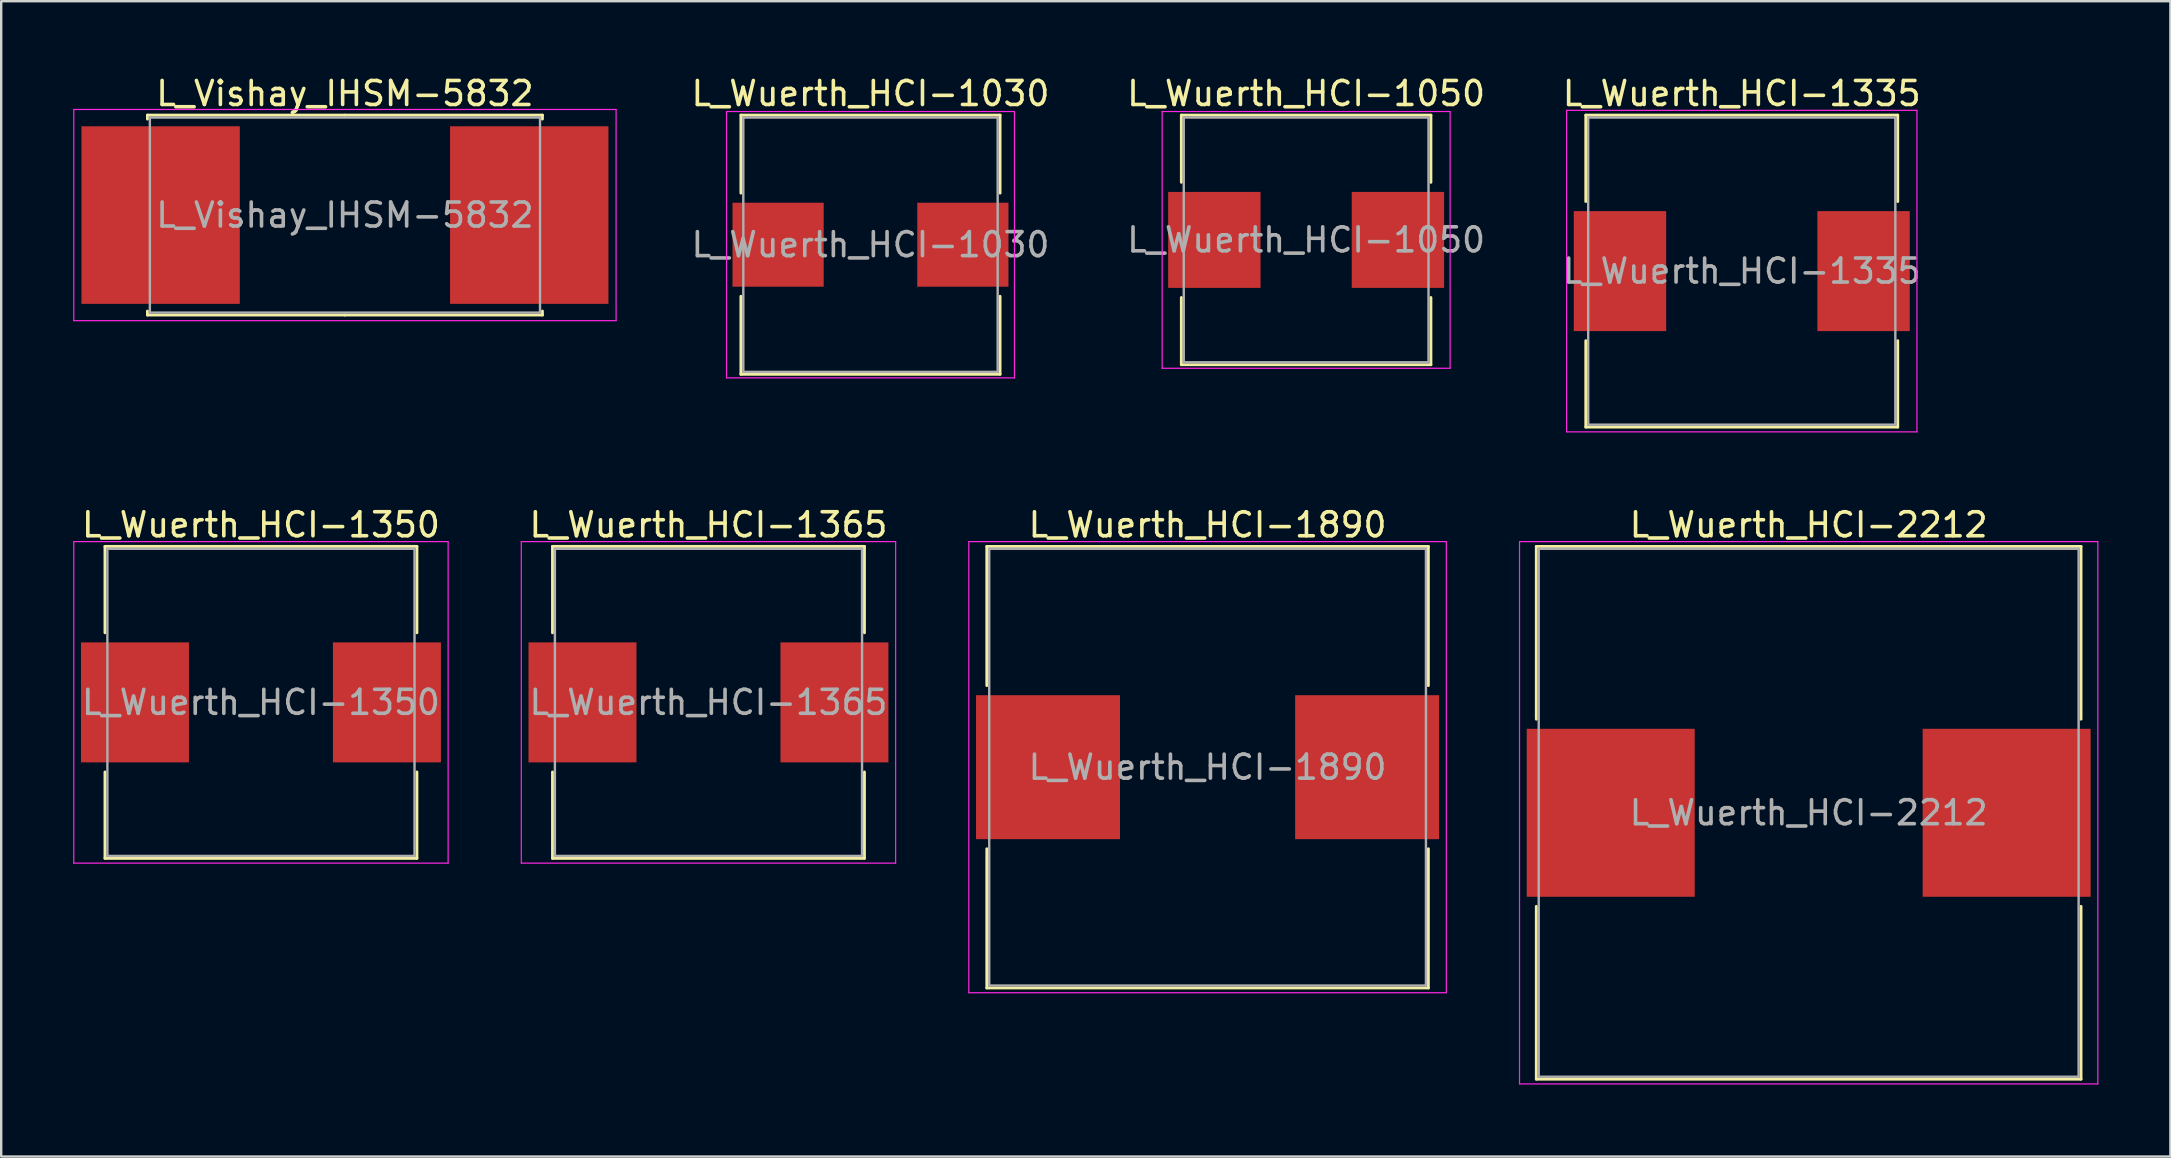
<source format=kicad_pcb>
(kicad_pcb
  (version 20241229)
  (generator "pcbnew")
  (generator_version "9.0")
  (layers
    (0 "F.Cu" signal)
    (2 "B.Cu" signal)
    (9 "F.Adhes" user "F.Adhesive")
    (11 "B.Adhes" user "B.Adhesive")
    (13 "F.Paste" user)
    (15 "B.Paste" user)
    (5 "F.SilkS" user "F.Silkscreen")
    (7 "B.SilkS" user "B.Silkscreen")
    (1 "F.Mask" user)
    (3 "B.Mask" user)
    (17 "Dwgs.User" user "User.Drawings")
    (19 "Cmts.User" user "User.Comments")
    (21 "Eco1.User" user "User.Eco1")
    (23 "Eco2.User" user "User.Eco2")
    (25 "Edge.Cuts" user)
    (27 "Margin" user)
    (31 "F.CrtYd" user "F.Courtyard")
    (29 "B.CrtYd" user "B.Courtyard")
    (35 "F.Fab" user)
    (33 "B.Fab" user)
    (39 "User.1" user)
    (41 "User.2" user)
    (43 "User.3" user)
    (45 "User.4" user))
  (footprint "L_Wuerth_HCI-1050"
    (layer "F.Cu")
    (at 51.382 6.948)
    (property "Reference" "L_Wuerth_HCI-1050" (at 0 -6.1 0) (layer "F.SilkS") (effects (font (size 1 1) (thickness 0.15))))
    (attr smd)
    (fp_line (start -5.2 -5.2) (end 5.2 -5.2) (stroke (width 0.12) (type solid)) (layer "F.SilkS"))
    (fp_line (start -5.2 -2.4) (end -5.2 -5.2) (stroke (width 0.12) (type solid)) (layer "F.SilkS"))
    (fp_line (start -5.2 2.4) (end -5.2 5.2) (stroke (width 0.12) (type solid)) (layer "F.SilkS"))
    (fp_line (start -5.2 5.2) (end 5.2 5.2) (stroke (width 0.12) (type solid)) (layer "F.SilkS"))
    (fp_line (start 5.2 -5.2) (end 5.2 -2.4) (stroke (width 0.12) (type solid)) (layer "F.SilkS"))
    (fp_line (start 5.2 5.2) (end 5.2 2.4) (stroke (width 0.12) (type solid)) (layer "F.SilkS"))
    (fp_line (start -6 -5.35) (end -6 5.35) (stroke (width 0.05) (type solid)) (layer "F.CrtYd"))
    (fp_line (start -6 5.35) (end 6 5.35) (stroke (width 0.05) (type solid)) (layer "F.CrtYd"))
    (fp_line (start 6 -5.35) (end -6 -5.35) (stroke (width 0.05) (type solid)) (layer "F.CrtYd"))
    (fp_line (start 6 5.35) (end 6 -5.35) (stroke (width 0.05) (type solid)) (layer "F.CrtYd"))
    (fp_line (start -5.1 -5.1) (end -5.1 5.1) (stroke (width 0.1) (type solid)) (layer "F.Fab"))
    (fp_line (start -5.1 5.1) (end 5.1 5.1) (stroke (width 0.1) (type solid)) (layer "F.Fab"))
    (fp_line (start 5.1 -5.1) (end -5.1 -5.1) (stroke (width 0.1) (type solid)) (layer "F.Fab"))
    (fp_line (start 5.1 5.1) (end 5.1 -5.1) (stroke (width 0.1) (type solid)) (layer "F.Fab"))
    (fp_text user "${REFERENCE}" (at 0 0 0) (layer "F.Fab") (effects (font (size 1 1) (thickness 0.15))))
    (pad "1" smd rect (at -3.825 0) (size 3.85 4) (layers "F.Cu" "F.Mask" "F.Paste"))
    (pad "2" smd rect (at 3.825 0) (size 3.85 4) (layers "F.Cu" "F.Mask" "F.Paste")))
  (footprint "L_Wuerth_HCI-1890"
    (layer "F.Cu")
    (at 47.275 28.922)
    (property "Reference" "L_Wuerth_HCI-1890" (at 0 -10.1 0) (layer "F.SilkS") (effects (font (size 1 1) (thickness 0.15))))
    (attr smd)
    (fp_line (start -9.2 -9.2) (end 9.2 -9.2) (stroke (width 0.12) (type solid)) (layer "F.SilkS"))
    (fp_line (start -9.2 -3.4) (end -9.2 -9.2) (stroke (width 0.12) (type solid)) (layer "F.SilkS"))
    (fp_line (start -9.2 3.4) (end -9.2 9.2) (stroke (width 0.12) (type solid)) (layer "F.SilkS"))
    (fp_line (start -9.2 9.2) (end 9.2 9.2) (stroke (width 0.12) (type solid)) (layer "F.SilkS"))
    (fp_line (start 9.2 -9.2) (end 9.2 -3.4) (stroke (width 0.12) (type solid)) (layer "F.SilkS"))
    (fp_line (start 9.2 9.2) (end 9.2 3.4) (stroke (width 0.12) (type solid)) (layer "F.SilkS"))
    (fp_line (start -9.95 -9.4) (end -9.95 9.4) (stroke (width 0.05) (type solid)) (layer "F.CrtYd"))
    (fp_line (start -9.95 9.4) (end 9.95 9.4) (stroke (width 0.05) (type solid)) (layer "F.CrtYd"))
    (fp_line (start 9.95 -9.4) (end -9.95 -9.4) (stroke (width 0.05) (type solid)) (layer "F.CrtYd"))
    (fp_line (start 9.95 9.4) (end 9.95 -9.4) (stroke (width 0.05) (type solid)) (layer "F.CrtYd"))
    (fp_line (start -9.1 -9.1) (end -9.1 9.1) (stroke (width 0.1) (type solid)) (layer "F.Fab"))
    (fp_line (start -9.1 9.1) (end 9.1 9.1) (stroke (width 0.1) (type solid)) (layer "F.Fab"))
    (fp_line (start 9.1 -9.1) (end -9.1 -9.1) (stroke (width 0.1) (type solid)) (layer "F.Fab"))
    (fp_line (start 9.1 9.1) (end 9.1 -9.1) (stroke (width 0.1) (type solid)) (layer "F.Fab"))
    (fp_text user "${REFERENCE}" (at 0 0 0) (layer "F.Fab") (effects (font (size 1 1) (thickness 0.15))))
    (pad "1" smd rect (at -6.65 0) (size 6 6) (layers "F.Cu" "F.Mask" "F.Paste"))
    (pad "2" smd rect (at 6.65 0) (size 6 6) (layers "F.Cu" "F.Mask" "F.Paste")))
  (footprint "L_Wuerth_HCI-1365"
    (layer "F.Cu")
    (at 26.475 26.221)
    (property "Reference" "L_Wuerth_HCI-1365" (at 0 -7.4 0) (layer "F.SilkS") (effects (font (size 1 1) (thickness 0.15))))
    (attr smd)
    (fp_line (start -6.5 -6.5) (end 6.5 -6.5) (stroke (width 0.12) (type solid)) (layer "F.SilkS"))
    (fp_line (start -6.5 -2.9) (end -6.5 -6.5) (stroke (width 0.12) (type solid)) (layer "F.SilkS"))
    (fp_line (start -6.5 2.9) (end -6.5 6.5) (stroke (width 0.12) (type solid)) (layer "F.SilkS"))
    (fp_line (start -6.5 6.5) (end 6.5 6.5) (stroke (width 0.12) (type solid)) (layer "F.SilkS"))
    (fp_line (start 6.5 -6.5) (end 6.5 -2.9) (stroke (width 0.12) (type solid)) (layer "F.SilkS"))
    (fp_line (start 6.5 6.5) (end 6.5 2.9) (stroke (width 0.12) (type solid)) (layer "F.SilkS"))
    (fp_line (start -7.8 -6.7) (end -7.8 6.7) (stroke (width 0.05) (type solid)) (layer "F.CrtYd"))
    (fp_line (start -7.8 6.7) (end 7.8 6.7) (stroke (width 0.05) (type solid)) (layer "F.CrtYd"))
    (fp_line (start 7.8 -6.7) (end -7.8 -6.7) (stroke (width 0.05) (type solid)) (layer "F.CrtYd"))
    (fp_line (start 7.8 6.7) (end 7.8 -6.7) (stroke (width 0.05) (type solid)) (layer "F.CrtYd"))
    (fp_line (start -6.4 -6.4) (end -6.4 6.4) (stroke (width 0.1) (type solid)) (layer "F.Fab"))
    (fp_line (start -6.4 6.4) (end 6.4 6.4) (stroke (width 0.1) (type solid)) (layer "F.Fab"))
    (fp_line (start 6.4 -6.4) (end -6.4 -6.4) (stroke (width 0.1) (type solid)) (layer "F.Fab"))
    (fp_line (start 6.4 6.4) (end 6.4 -6.4) (stroke (width 0.1) (type solid)) (layer "F.Fab"))
    (fp_text user "${REFERENCE}" (at 0 0 0) (layer "F.Fab") (effects (font (size 1 1) (thickness 0.15))))
    (pad "1" smd rect (at -5.25 0) (size 4.5 5) (layers "F.Cu" "F.Mask" "F.Paste"))
    (pad "2" smd rect (at 5.25 0) (size 4.5 5) (layers "F.Cu" "F.Mask" "F.Paste")))
  (footprint "L_Wuerth_HCI-1350"
    (layer "F.Cu")
    (at 7.825 26.221)
    (property "Reference" "L_Wuerth_HCI-1350" (at 0 -7.4 0) (layer "F.SilkS") (effects (font (size 1 1) (thickness 0.15))))
    (attr smd)
    (fp_line (start -6.5 -6.5) (end 6.5 -6.5) (stroke (width 0.12) (type solid)) (layer "F.SilkS"))
    (fp_line (start -6.5 -2.9) (end -6.5 -6.5) (stroke (width 0.12) (type solid)) (layer "F.SilkS"))
    (fp_line (start -6.5 2.9) (end -6.5 6.5) (stroke (width 0.12) (type solid)) (layer "F.SilkS"))
    (fp_line (start -6.5 6.5) (end 6.5 6.5) (stroke (width 0.12) (type solid)) (layer "F.SilkS"))
    (fp_line (start 6.5 -6.5) (end 6.5 -2.9) (stroke (width 0.12) (type solid)) (layer "F.SilkS"))
    (fp_line (start 6.5 6.5) (end 6.5 2.9) (stroke (width 0.12) (type solid)) (layer "F.SilkS"))
    (fp_line (start -7.8 -6.7) (end -7.8 6.7) (stroke (width 0.05) (type solid)) (layer "F.CrtYd"))
    (fp_line (start -7.8 6.7) (end 7.8 6.7) (stroke (width 0.05) (type solid)) (layer "F.CrtYd"))
    (fp_line (start 7.8 -6.7) (end -7.8 -6.7) (stroke (width 0.05) (type solid)) (layer "F.CrtYd"))
    (fp_line (start 7.8 6.7) (end 7.8 -6.7) (stroke (width 0.05) (type solid)) (layer "F.CrtYd"))
    (fp_line (start -6.4 -6.4) (end -6.4 6.4) (stroke (width 0.1) (type solid)) (layer "F.Fab"))
    (fp_line (start -6.4 6.4) (end 6.4 6.4) (stroke (width 0.1) (type solid)) (layer "F.Fab"))
    (fp_line (start 6.4 -6.4) (end -6.4 -6.4) (stroke (width 0.1) (type solid)) (layer "F.Fab"))
    (fp_line (start 6.4 6.4) (end 6.4 -6.4) (stroke (width 0.1) (type solid)) (layer "F.Fab"))
    (fp_text user "${REFERENCE}" (at 0 0 0) (layer "F.Fab") (effects (font (size 1 1) (thickness 0.15))))
    (pad "1" smd rect (at -5.25 0) (size 4.5 5) (layers "F.Cu" "F.Mask" "F.Paste"))
    (pad "2" smd rect (at 5.25 0) (size 4.5 5) (layers "F.Cu" "F.Mask" "F.Paste")))
  (footprint "L_Wuerth_HCI-2212"
    (layer "F.Cu")
    (at 72.325 30.822)
    (property "Reference" "L_Wuerth_HCI-2212" (at 0 -12 0) (layer "F.SilkS") (effects (font (size 1 1) (thickness 0.15))))
    (attr smd)
    (fp_line (start -11.35 -11.1) (end 11.35 -11.1) (stroke (width 0.12) (type solid)) (layer "F.SilkS"))
    (fp_line (start -11.35 -3.9) (end -11.35 -11.1) (stroke (width 0.12) (type solid)) (layer "F.SilkS"))
    (fp_line (start -11.35 3.9) (end -11.35 11.1) (stroke (width 0.12) (type solid)) (layer "F.SilkS"))
    (fp_line (start -11.35 11.1) (end 11.35 11.1) (stroke (width 0.12) (type solid)) (layer "F.SilkS"))
    (fp_line (start 11.35 -11.1) (end 11.35 -3.9) (stroke (width 0.12) (type solid)) (layer "F.SilkS"))
    (fp_line (start 11.35 11.1) (end 11.35 3.9) (stroke (width 0.12) (type solid)) (layer "F.SilkS"))
    (fp_line (start -12.05 -11.3) (end -12.05 11.3) (stroke (width 0.05) (type solid)) (layer "F.CrtYd"))
    (fp_line (start -12.05 11.3) (end 12.05 11.3) (stroke (width 0.05) (type solid)) (layer "F.CrtYd"))
    (fp_line (start 12.05 -11.3) (end -12.05 -11.3) (stroke (width 0.05) (type solid)) (layer "F.CrtYd"))
    (fp_line (start 12.05 11.3) (end 12.05 -11.3) (stroke (width 0.05) (type solid)) (layer "F.CrtYd"))
    (fp_line (start -11.25 -11) (end -11.25 11) (stroke (width 0.1) (type solid)) (layer "F.Fab"))
    (fp_line (start -11.25 11) (end 11.25 11) (stroke (width 0.1) (type solid)) (layer "F.Fab"))
    (fp_line (start 11.25 -11) (end -11.25 -11) (stroke (width 0.1) (type solid)) (layer "F.Fab"))
    (fp_line (start 11.25 11) (end 11.25 -11) (stroke (width 0.1) (type solid)) (layer "F.Fab"))
    (fp_text user "${REFERENCE}" (at 0 0 0) (layer "F.Fab") (effects (font (size 1 1) (thickness 0.15))))
    (pad "1" smd rect (at -8.25 0) (size 7 7) (layers "F.Cu" "F.Mask" "F.Paste"))
    (pad "2" smd rect (at 8.25 0) (size 7 7) (layers "F.Cu" "F.Mask" "F.Paste")))
  (footprint "L_Vishay_IHSM-5832"
    (layer "F.Cu")
    (at 11.325 5.913)
    (property "Reference" "L_Vishay_IHSM-5832" (at 0 -5.065 0) (layer "F.SilkS") (effects (font (size 1 1) (thickness 0.15))))
    (attr smd)
    (fp_line (start -8.23 -4.165) (end 0 -4.165) (stroke (width 0.12) (type solid)) (layer "F.SilkS"))
    (fp_line (start -8.23 -4) (end -8.23 -4.165) (stroke (width 0.12) (type solid)) (layer "F.SilkS"))
    (fp_line (start -8.23 4) (end -8.23 4.165) (stroke (width 0.12) (type solid)) (layer "F.SilkS"))
    (fp_line (start -8.23 4.165) (end 0 4.165) (stroke (width 0.12) (type solid)) (layer "F.SilkS"))
    (fp_line (start 8.23 -4.165) (end 0 -4.165) (stroke (width 0.12) (type solid)) (layer "F.SilkS"))
    (fp_line (start 8.23 -4) (end 8.23 -4.165) (stroke (width 0.12) (type solid)) (layer "F.SilkS"))
    (fp_line (start 8.23 4) (end 8.23 4.165) (stroke (width 0.12) (type solid)) (layer "F.SilkS"))
    (fp_line (start 8.23 4.165) (end 0 4.165) (stroke (width 0.12) (type solid)) (layer "F.SilkS"))
    (fp_line (start -11.3 -4.4) (end -11.3 4.4) (stroke (width 0.05) (type solid)) (layer "F.CrtYd"))
    (fp_line (start -11.3 4.4) (end 11.3 4.4) (stroke (width 0.05) (type solid)) (layer "F.CrtYd"))
    (fp_line (start 11.3 -4.4) (end -11.3 -4.4) (stroke (width 0.05) (type solid)) (layer "F.CrtYd"))
    (fp_line (start 11.3 4.4) (end 11.3 -4.4) (stroke (width 0.05) (type solid)) (layer "F.CrtYd"))
    (fp_line (start -8.13 -4.065) (end -8.13 4.065) (stroke (width 0.1) (type solid)) (layer "F.Fab"))
    (fp_line (start -8.13 4.065) (end 8.13 4.065) (stroke (width 0.1) (type solid)) (layer "F.Fab"))
    (fp_line (start 8.13 -4.065) (end -8.13 -4.065) (stroke (width 0.1) (type solid)) (layer "F.Fab"))
    (fp_line (start 8.13 4.065) (end 8.13 -4.065) (stroke (width 0.1) (type solid)) (layer "F.Fab"))
    (fp_text user "${REFERENCE}" (at 0 0 0) (layer "F.Fab") (effects (font (size 1 1) (thickness 0.15))))
    (pad "1" smd rect (at -7.681 0) (size 6.6 7.4) (layers "F.Cu" "F.Mask" "F.Paste"))
    (pad "2" smd rect (at 7.681 0) (size 6.6 7.4) (layers "F.Cu" "F.Mask" "F.Paste")))
  (footprint "L_Wuerth_HCI-1335"
    (layer "F.Cu")
    (at 69.537 8.248)
    (property "Reference" "L_Wuerth_HCI-1335" (at 0 -7.4 0) (layer "F.SilkS") (effects (font (size 1 1) (thickness 0.15))))
    (attr smd)
    (fp_line (start -6.5 -6.5) (end 6.5 -6.5) (stroke (width 0.12) (type solid)) (layer "F.SilkS"))
    (fp_line (start -6.5 -2.9) (end -6.5 -6.5) (stroke (width 0.12) (type solid)) (layer "F.SilkS"))
    (fp_line (start -6.5 2.9) (end -6.5 6.5) (stroke (width 0.12) (type solid)) (layer "F.SilkS"))
    (fp_line (start -6.5 6.5) (end 6.5 6.5) (stroke (width 0.12) (type solid)) (layer "F.SilkS"))
    (fp_line (start 6.5 -6.5) (end 6.5 -2.9) (stroke (width 0.12) (type solid)) (layer "F.SilkS"))
    (fp_line (start 6.5 6.5) (end 6.5 2.9) (stroke (width 0.12) (type solid)) (layer "F.SilkS"))
    (fp_line (start -7.3 -6.7) (end -7.3 6.7) (stroke (width 0.05) (type solid)) (layer "F.CrtYd"))
    (fp_line (start -7.3 6.7) (end 7.3 6.7) (stroke (width 0.05) (type solid)) (layer "F.CrtYd"))
    (fp_line (start 7.3 -6.7) (end -7.3 -6.7) (stroke (width 0.05) (type solid)) (layer "F.CrtYd"))
    (fp_line (start 7.3 6.7) (end 7.3 -6.7) (stroke (width 0.05) (type solid)) (layer "F.CrtYd"))
    (fp_line (start -6.4 -6.4) (end -6.4 6.4) (stroke (width 0.1) (type solid)) (layer "F.Fab"))
    (fp_line (start -6.4 6.4) (end 6.4 6.4) (stroke (width 0.1) (type solid)) (layer "F.Fab"))
    (fp_line (start 6.4 -6.4) (end -6.4 -6.4) (stroke (width 0.1) (type solid)) (layer "F.Fab"))
    (fp_line (start 6.4 6.4) (end 6.4 -6.4) (stroke (width 0.1) (type solid)) (layer "F.Fab"))
    (fp_text user "${REFERENCE}" (at 0 0 0) (layer "F.Fab") (effects (font (size 1 1) (thickness 0.15))))
    (pad "1" smd rect (at -5.075 0) (size 3.85 5) (layers "F.Cu" "F.Mask" "F.Paste"))
    (pad "2" smd rect (at 5.075 0) (size 3.85 5) (layers "F.Cu" "F.Mask" "F.Paste")))
  (footprint "L_Wuerth_HCI-1030"
    (layer "F.Cu")
    (at 33.227 7.148)
    (property "Reference" "L_Wuerth_HCI-1030" (at 0 -6.3 0) (layer "F.SilkS") (effects (font (size 1 1) (thickness 0.15))))
    (attr smd)
    (fp_line (start -5.4 -5.4) (end 5.4 -5.4) (stroke (width 0.12) (type solid)) (layer "F.SilkS"))
    (fp_line (start -5.4 -2.15) (end -5.4 -5.4) (stroke (width 0.12) (type solid)) (layer "F.SilkS"))
    (fp_line (start -5.4 2.15) (end -5.4 5.4) (stroke (width 0.12) (type solid)) (layer "F.SilkS"))
    (fp_line (start -5.4 5.4) (end 5.4 5.4) (stroke (width 0.12) (type solid)) (layer "F.SilkS"))
    (fp_line (start 5.4 -5.4) (end 5.4 -2.15) (stroke (width 0.12) (type solid)) (layer "F.SilkS"))
    (fp_line (start 5.4 5.4) (end 5.4 2.15) (stroke (width 0.12) (type solid)) (layer "F.SilkS"))
    (fp_line (start -6 -5.55) (end -6 5.55) (stroke (width 0.05) (type solid)) (layer "F.CrtYd"))
    (fp_line (start -6 5.55) (end 6 5.55) (stroke (width 0.05) (type solid)) (layer "F.CrtYd"))
    (fp_line (start 6 -5.55) (end -6 -5.55) (stroke (width 0.05) (type solid)) (layer "F.CrtYd"))
    (fp_line (start 6 5.55) (end 6 -5.55) (stroke (width 0.05) (type solid)) (layer "F.CrtYd"))
    (fp_line (start -5.3 -5.3) (end -5.3 5.3) (stroke (width 0.1) (type solid)) (layer "F.Fab"))
    (fp_line (start -5.3 5.3) (end 5.3 5.3) (stroke (width 0.1) (type solid)) (layer "F.Fab"))
    (fp_line (start 5.3 -5.3) (end -5.3 -5.3) (stroke (width 0.1) (type solid)) (layer "F.Fab"))
    (fp_line (start 5.3 5.3) (end 5.3 -5.3) (stroke (width 0.1) (type solid)) (layer "F.Fab"))
    (fp_text user "${REFERENCE}" (at 0 0 0) (layer "F.Fab") (effects (font (size 1 1) (thickness 0.15))))
    (pad "1" smd rect (at -3.85 0) (size 3.8 3.5) (layers "F.Cu" "F.Mask" "F.Paste"))
    (pad "2" smd rect (at 3.85 0) (size 3.8 3.5) (layers "F.Cu" "F.Mask" "F.Paste")))
  (gr_rect
    (start -3 -3)
    (end 87.4 45.147)
    (stroke (width 0.1) (type default))
    (fill no)
    (layer "Edge.Cuts")))
</source>
